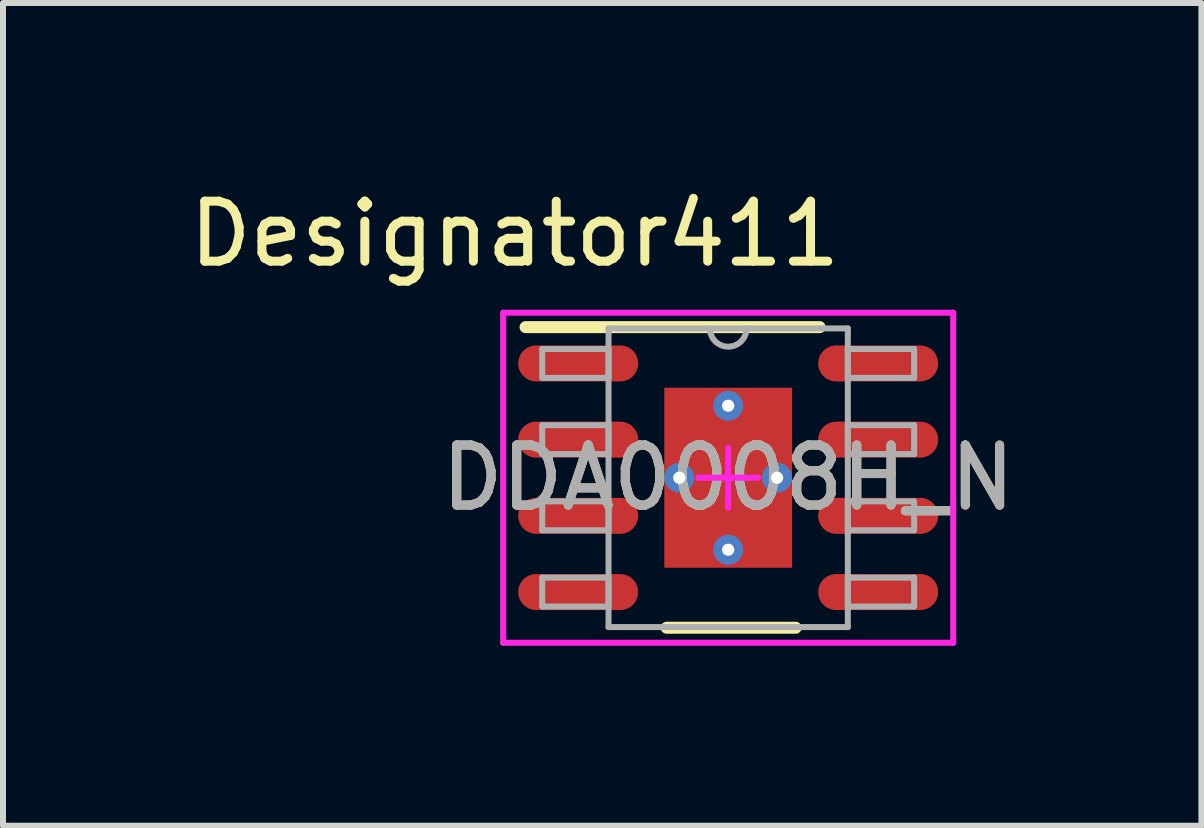
<source format=kicad_pcb>
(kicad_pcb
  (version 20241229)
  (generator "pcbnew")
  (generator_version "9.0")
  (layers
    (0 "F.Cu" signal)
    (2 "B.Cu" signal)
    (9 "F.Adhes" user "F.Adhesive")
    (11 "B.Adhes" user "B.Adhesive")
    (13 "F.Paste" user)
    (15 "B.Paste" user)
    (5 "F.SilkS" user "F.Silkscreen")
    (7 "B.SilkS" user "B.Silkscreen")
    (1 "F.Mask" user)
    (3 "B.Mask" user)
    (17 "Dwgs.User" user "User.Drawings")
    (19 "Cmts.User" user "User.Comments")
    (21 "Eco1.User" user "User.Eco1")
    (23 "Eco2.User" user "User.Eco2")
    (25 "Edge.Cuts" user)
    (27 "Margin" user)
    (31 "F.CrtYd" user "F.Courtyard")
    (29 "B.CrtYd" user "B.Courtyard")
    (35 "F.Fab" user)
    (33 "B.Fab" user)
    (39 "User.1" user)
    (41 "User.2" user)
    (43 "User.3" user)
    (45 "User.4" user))
  (footprint "DDA0008H_N"
    (layer "F.Cu")
    (at 9.086 4.912)
    (property "Reference" "DDA0008H_N" (at 0 0 0) (unlocked yes) (layer "F.SilkS") (effects (font (size 1 1) (thickness 0.15))))
    (attr smd)
    (fp_line (start -3.377 -2.51) (end 1.525 -2.51) (stroke (width 0.2) (type solid)) (layer "F.SilkS"))
    (fp_line (start -1.025 2.5) (end 1.125 2.5) (stroke (width 0.2) (type solid)) (layer "F.SilkS"))
    (fp_poly (pts (xy -0.1 -1.41) (xy -1.039 -1.41) (xy -1.039 -0.1) (xy -0.1 -0.1)) (stroke (width 0) (type solid)) (fill yes) (layer "F.Paste"))
    (fp_poly (pts (xy -0.1 0.1) (xy -1.039 0.1) (xy -1.039 1.41) (xy -0.1 1.41)) (stroke (width 0) (type solid)) (fill yes) (layer "F.Paste"))
    (fp_poly (pts (xy 0.1 -0.1) (xy 1.039 -0.1) (xy 1.039 -1.41) (xy 0.1 -1.41)) (stroke (width 0) (type solid)) (fill yes) (layer "F.Paste"))
    (fp_poly (pts (xy 0.1 1.41) (xy 1.039 1.41) (xy 1.039 0.1) (xy 0.1 0.1)) (stroke (width 0) (type solid)) (fill yes) (layer "F.Paste"))
    (fp_line (start -3.75 -2.75) (end 3.75 -2.75) (stroke (width 0.1) (type solid)) (layer "F.CrtYd"))
    (fp_line (start -3.75 2.75) (end -3.75 -2.75) (stroke (width 0.1) (type solid)) (layer "F.CrtYd"))
    (fp_line (start -3.75 2.75) (end 3.75 2.75) (stroke (width 0.1) (type solid)) (layer "F.CrtYd"))
    (fp_line (start -0.5 0) (end 0.5 0) (stroke (width 0.1) (type solid)) (layer "F.CrtYd"))
    (fp_line (start 0 0.5) (end 0 -0.5) (stroke (width 0.1) (type solid)) (layer "F.CrtYd"))
    (fp_line (start 3.75 2.75) (end 3.75 -2.75) (stroke (width 0.1) (type solid)) (layer "F.CrtYd"))
    (fp_line (start -3.099 -2.146) (end -1.994 -2.146) (stroke (width 0.1) (type solid)) (layer "F.Fab"))
    (fp_line (start -3.099 -1.664) (end -3.099 -2.146) (stroke (width 0.1) (type solid)) (layer "F.Fab"))
    (fp_line (start -3.099 -1.664) (end -1.994 -1.664) (stroke (width 0.1) (type solid)) (layer "F.Fab"))
    (fp_line (start -3.099 -0.876) (end -1.994 -0.876) (stroke (width 0.1) (type solid)) (layer "F.Fab"))
    (fp_line (start -3.099 -0.394) (end -3.099 -0.876) (stroke (width 0.1) (type solid)) (layer "F.Fab"))
    (fp_line (start -3.099 -0.394) (end -1.994 -0.394) (stroke (width 0.1) (type solid)) (layer "F.Fab"))
    (fp_line (start -3.099 0.394) (end -1.994 0.394) (stroke (width 0.1) (type solid)) (layer "F.Fab"))
    (fp_line (start -3.099 0.876) (end -3.099 0.394) (stroke (width 0.1) (type solid)) (layer "F.Fab"))
    (fp_line (start -3.099 0.876) (end -1.994 0.876) (stroke (width 0.1) (type solid)) (layer "F.Fab"))
    (fp_line (start -3.099 1.664) (end -1.994 1.664) (stroke (width 0.1) (type solid)) (layer "F.Fab"))
    (fp_line (start -3.099 2.146) (end -3.099 1.664) (stroke (width 0.1) (type solid)) (layer "F.Fab"))
    (fp_line (start -3.099 2.146) (end -1.994 2.146) (stroke (width 0.1) (type solid)) (layer "F.Fab"))
    (fp_line (start -1.994 -2.489) (end 1.994 -2.489) (stroke (width 0.1) (type solid)) (layer "F.Fab"))
    (fp_line (start -1.994 -1.664) (end -1.994 -2.146) (stroke (width 0.1) (type solid)) (layer "F.Fab"))
    (fp_line (start -1.994 -0.394) (end -1.994 -0.876) (stroke (width 0.1) (type solid)) (layer "F.Fab"))
    (fp_line (start -1.994 0.876) (end -1.994 0.394) (stroke (width 0.1) (type solid)) (layer "F.Fab"))
    (fp_line (start -1.994 2.146) (end -1.994 1.664) (stroke (width 0.1) (type solid)) (layer "F.Fab"))
    (fp_line (start -1.994 2.489) (end -1.994 -2.489) (stroke (width 0.1) (type solid)) (layer "F.Fab"))
    (fp_line (start -1.994 2.489) (end 1.994 2.489) (stroke (width 0.1) (type solid)) (layer "F.Fab"))
    (fp_line (start 1.994 -2.146) (end 3.099 -2.146) (stroke (width 0.1) (type solid)) (layer "F.Fab"))
    (fp_line (start 1.994 -1.664) (end 1.994 -2.146) (stroke (width 0.1) (type solid)) (layer "F.Fab"))
    (fp_line (start 1.994 -1.664) (end 3.099 -1.664) (stroke (width 0.1) (type solid)) (layer "F.Fab"))
    (fp_line (start 1.994 -0.876) (end 3.099 -0.876) (stroke (width 0.1) (type solid)) (layer "F.Fab"))
    (fp_line (start 1.994 -0.394) (end 1.994 -0.876) (stroke (width 0.1) (type solid)) (layer "F.Fab"))
    (fp_line (start 1.994 -0.394) (end 3.099 -0.394) (stroke (width 0.1) (type solid)) (layer "F.Fab"))
    (fp_line (start 1.994 0.394) (end 3.099 0.394) (stroke (width 0.1) (type solid)) (layer "F.Fab"))
    (fp_line (start 1.994 0.876) (end 1.994 0.394) (stroke (width 0.1) (type solid)) (layer "F.Fab"))
    (fp_line (start 1.994 0.876) (end 3.099 0.876) (stroke (width 0.1) (type solid)) (layer "F.Fab"))
    (fp_line (start 1.994 1.664) (end 3.099 1.664) (stroke (width 0.1) (type solid)) (layer "F.Fab"))
    (fp_line (start 1.994 2.146) (end 1.994 1.664) (stroke (width 0.1) (type solid)) (layer "F.Fab"))
    (fp_line (start 1.994 2.146) (end 3.099 2.146) (stroke (width 0.1) (type solid)) (layer "F.Fab"))
    (fp_line (start 1.994 2.489) (end 1.994 -2.489) (stroke (width 0.1) (type solid)) (layer "F.Fab"))
    (fp_line (start 3.099 -1.664) (end 3.099 -2.146) (stroke (width 0.1) (type solid)) (layer "F.Fab"))
    (fp_line (start 3.099 -0.394) (end 3.099 -0.876) (stroke (width 0.1) (type solid)) (layer "F.Fab"))
    (fp_line (start 3.099 0.876) (end 3.099 0.394) (stroke (width 0.1) (type solid)) (layer "F.Fab"))
    (fp_line (start 3.099 2.146) (end 3.099 1.664) (stroke (width 0.1) (type solid)) (layer "F.Fab"))
    (fp_arc (start 0.3048 -2.4892) (mid 0 -2.1844) (end -0.3048 -2.4892) (stroke (width 0.1) (type solid)) (layer "F.Fab"))
    (fp_text user "Designator411" (at -3.556 -4.064 0) (unlocked yes) (layer "F.SilkS") (effects (font (size 1 1) (thickness 0.15))))
    (fp_text user "${REFERENCE}" (at 0 0 0) (unlocked yes) (layer "F.Fab") (effects (font (size 1 1) (thickness 0.15))))
    (pad "1" smd oval (at -2.5 -1.905 90) (size 0.6 2) (layers "F.Cu" "F.Mask" "F.Paste"))
    (pad "2" smd oval (at -2.5 -0.635 90) (size 0.6 2) (layers "F.Cu" "F.Mask" "F.Paste"))
    (pad "3" smd oval (at -2.5 0.635 90) (size 0.6 2) (layers "F.Cu" "F.Mask" "F.Paste"))
    (pad "4" smd oval (at -2.5 1.905 90) (size 0.6 2) (layers "F.Cu" "F.Mask" "F.Paste"))
    (pad "5" smd oval (at 2.5 1.905 90) (size 0.6 2) (layers "F.Cu" "F.Mask" "F.Paste"))
    (pad "6" smd oval (at 2.5 0.635 90) (size 0.6 2) (layers "F.Cu" "F.Mask" "F.Paste"))
    (pad "7" smd oval (at 2.5 -0.635 90) (size 0.6 2) (layers "F.Cu" "F.Mask" "F.Paste"))
    (pad "8" smd oval (at 2.5 -1.905 90) (size 0.6 2) (layers "F.Cu" "F.Mask" "F.Paste"))
    (pad "9" smd rect (at 0 0) (size 2.13 3) (layers "F.Cu" "F.Mask" "F.Paste"))
    (pad "V" thru_hole circle (at -0.815 0) (size 0.5 0.5) (drill 0.203) (layers "*.Cu" "*.Mask"))
    (pad "V" thru_hole circle (at 0 -1.2) (size 0.5 0.5) (drill 0.203) (layers "*.Cu" "*.Mask"))
    (pad "V" thru_hole circle (at 0 1.2) (size 0.5 0.5) (drill 0.203) (layers "*.Cu" "*.Mask"))
    (pad "V" thru_hole circle (at 0.815 0) (size 0.5 0.5) (drill 0.203) (layers "*.Cu" "*.Mask")))
  (gr_rect
    (start -3 -3)
    (end 16.973 10.712)
    (stroke (width 0.1) (type default))
    (fill no)
    (layer "Edge.Cuts")))
</source>
